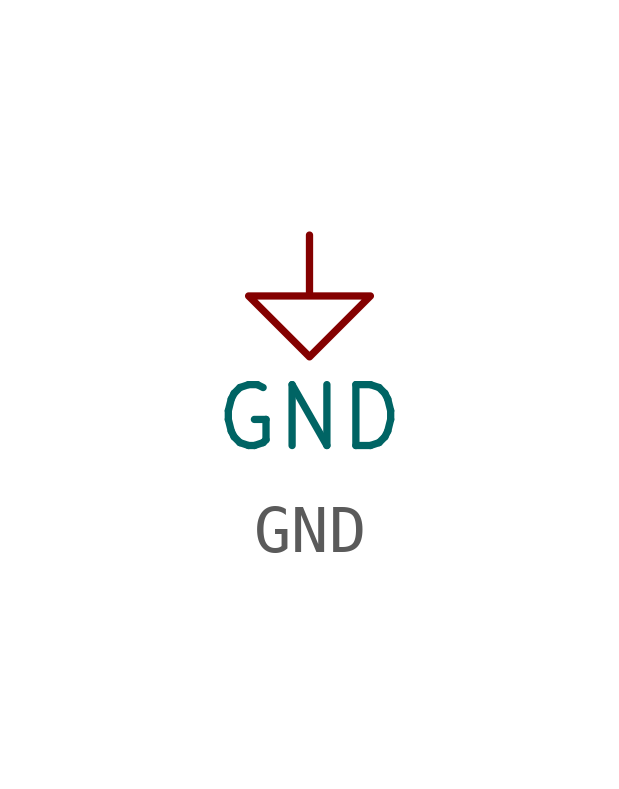
<source format=kicad_sym>
(kicad_symbol_lib
  (version 20211014)
  (generator kicad_symbol_editor)
  (symbol "GND"
    (power)
    (pin_names
      (offset 0))
    (property "Reference" "#PWR"
      (at 0 2.54 0)
      (effects (font (size 1.27 1.27)) hide))
    (property "Value" "GND"
      (at 0 -3.81 0)
      (effects (font (size 1.27 1.27))))
    (symbol "GND_0_1"
      (polyline (pts (xy 0 0) (xy 0 -1.27) (xy 1.27 -1.27) (xy 0 -2.54) (xy -1.27 -1.27) (xy 0 -1.27)) (stroke (width 0) (type default) (color 0 0 0 0)) (fill (type none))))
    (symbol "GND_1_1"
      (pin power_in line (at 0 0 180) (length 0) hide (name "GND" (effects (font (size 1.27 1.27)))) (number "1" (effects (font (size 1.27 1.27))))))))
</source>
